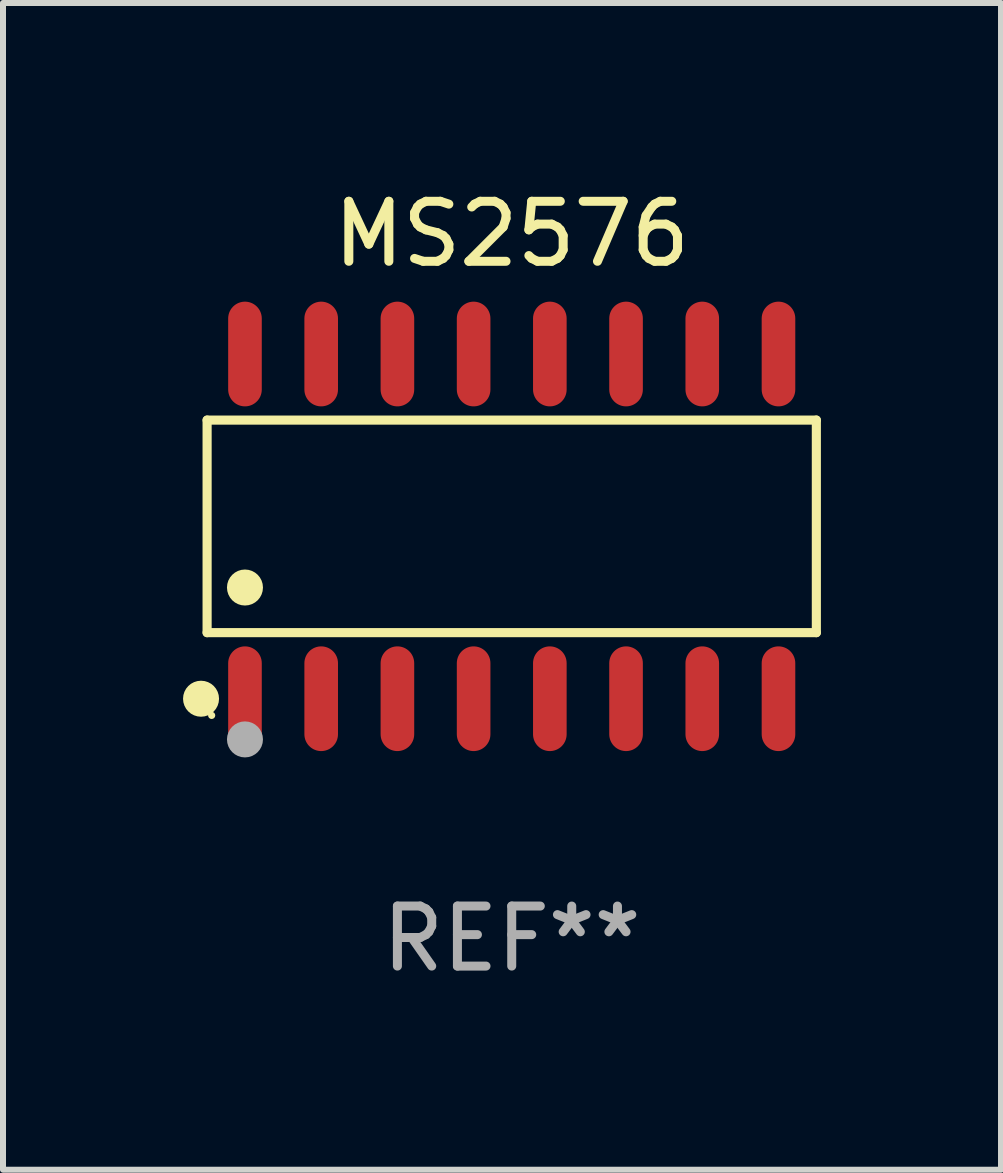
<source format=kicad_pcb>
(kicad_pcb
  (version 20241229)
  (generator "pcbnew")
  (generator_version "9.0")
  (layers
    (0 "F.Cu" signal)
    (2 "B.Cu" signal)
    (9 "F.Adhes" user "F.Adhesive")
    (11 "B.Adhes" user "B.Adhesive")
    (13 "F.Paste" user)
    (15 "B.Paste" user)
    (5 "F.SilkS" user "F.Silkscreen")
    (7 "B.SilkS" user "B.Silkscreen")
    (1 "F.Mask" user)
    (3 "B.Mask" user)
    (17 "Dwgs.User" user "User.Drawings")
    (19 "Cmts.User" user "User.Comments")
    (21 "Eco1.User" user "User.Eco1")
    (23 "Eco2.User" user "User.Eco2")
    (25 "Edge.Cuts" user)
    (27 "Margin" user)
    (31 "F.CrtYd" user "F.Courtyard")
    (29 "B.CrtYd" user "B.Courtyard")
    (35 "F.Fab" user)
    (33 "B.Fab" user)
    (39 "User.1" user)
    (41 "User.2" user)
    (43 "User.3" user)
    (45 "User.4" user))
  (footprint "MS2576"
    (layer "F.Cu")
    (at 5.477 5.721)
    (property "Reference" "MS2576" (at 0 -4.872 0) (layer "F.SilkS") (effects (font (size 1 1) (thickness 0.15))))
    (attr through_hole)
    (fp_line (start -5.076 -1.771) (end 5.076 -1.771) (stroke (width 0.152) (type solid)) (layer "F.SilkS"))
    (fp_line (start -5.076 1.771) (end -5.076 -1.771) (stroke (width 0.152) (type solid)) (layer "F.SilkS"))
    (fp_line (start 5.076 -1.771) (end 5.076 1.771) (stroke (width 0.152) (type solid)) (layer "F.SilkS"))
    (fp_line (start 5.076 1.771) (end -5.076 1.771) (stroke (width 0.152) (type solid)) (layer "F.SilkS"))
    (fp_circle (center -5.177 2.872) (end -5.027 2.872) (stroke (width 0.3) (type solid)) (fill no) (layer "F.SilkS"))
    (fp_circle (center -5 3.15) (end -4.97 3.15) (stroke (width 0.06) (type solid)) (fill no) (layer "F.SilkS"))
    (fp_circle (center -4.445 1.019) (end -4.295 1.019) (stroke (width 0.3) (type solid)) (fill no) (layer "F.SilkS"))
    (fp_circle (center -4.445 3.55) (end -4.295 3.55) (stroke (width 0.3) (type solid)) (fill no) (layer "F.Fab"))
    (fp_text user "REF**" (at 0 6.872 0) (layer "F.Fab") (effects (font (size 1 1) (thickness 0.15))))
    (pad "1" smd oval (at -4.445 2.872) (size 0.56 1.745) (layers "F.Cu" "F.Mask" "F.Paste"))
    (pad "2" smd oval (at -3.175 2.872) (size 0.56 1.745) (layers "F.Cu" "F.Mask" "F.Paste"))
    (pad "3" smd oval (at -1.905 2.872) (size 0.56 1.745) (layers "F.Cu" "F.Mask" "F.Paste"))
    (pad "4" smd oval (at -0.635 2.872) (size 0.56 1.745) (layers "F.Cu" "F.Mask" "F.Paste"))
    (pad "5" smd oval (at 0.635 2.872) (size 0.56 1.745) (layers "F.Cu" "F.Mask" "F.Paste"))
    (pad "6" smd oval (at 1.905 2.872) (size 0.56 1.745) (layers "F.Cu" "F.Mask" "F.Paste"))
    (pad "7" smd oval (at 3.175 2.872) (size 0.56 1.745) (layers "F.Cu" "F.Mask" "F.Paste"))
    (pad "8" smd oval (at 4.445 2.872) (size 0.56 1.745) (layers "F.Cu" "F.Mask" "F.Paste"))
    (pad "9" smd oval (at 4.445 -2.872) (size 0.56 1.745) (layers "F.Cu" "F.Mask" "F.Paste"))
    (pad "10" smd oval (at 3.175 -2.872) (size 0.56 1.745) (layers "F.Cu" "F.Mask" "F.Paste"))
    (pad "11" smd oval (at 1.905 -2.872) (size 0.56 1.745) (layers "F.Cu" "F.Mask" "F.Paste"))
    (pad "12" smd oval (at 0.635 -2.872) (size 0.56 1.745) (layers "F.Cu" "F.Mask" "F.Paste"))
    (pad "13" smd oval (at -0.635 -2.872) (size 0.56 1.745) (layers "F.Cu" "F.Mask" "F.Paste"))
    (pad "14" smd oval (at -1.905 -2.872) (size 0.56 1.745) (layers "F.Cu" "F.Mask" "F.Paste"))
    (pad "15" smd oval (at -3.175 -2.872) (size 0.56 1.745) (layers "F.Cu" "F.Mask" "F.Paste"))
    (pad "16" smd oval (at -4.445 -2.872) (size 0.56 1.745) (layers "F.Cu" "F.Mask" "F.Paste")))
  (gr_rect
    (start -3 -3)
    (end 13.63 16.441)
    (stroke (width 0.1) (type default))
    (fill no)
    (layer "Edge.Cuts")))
</source>
